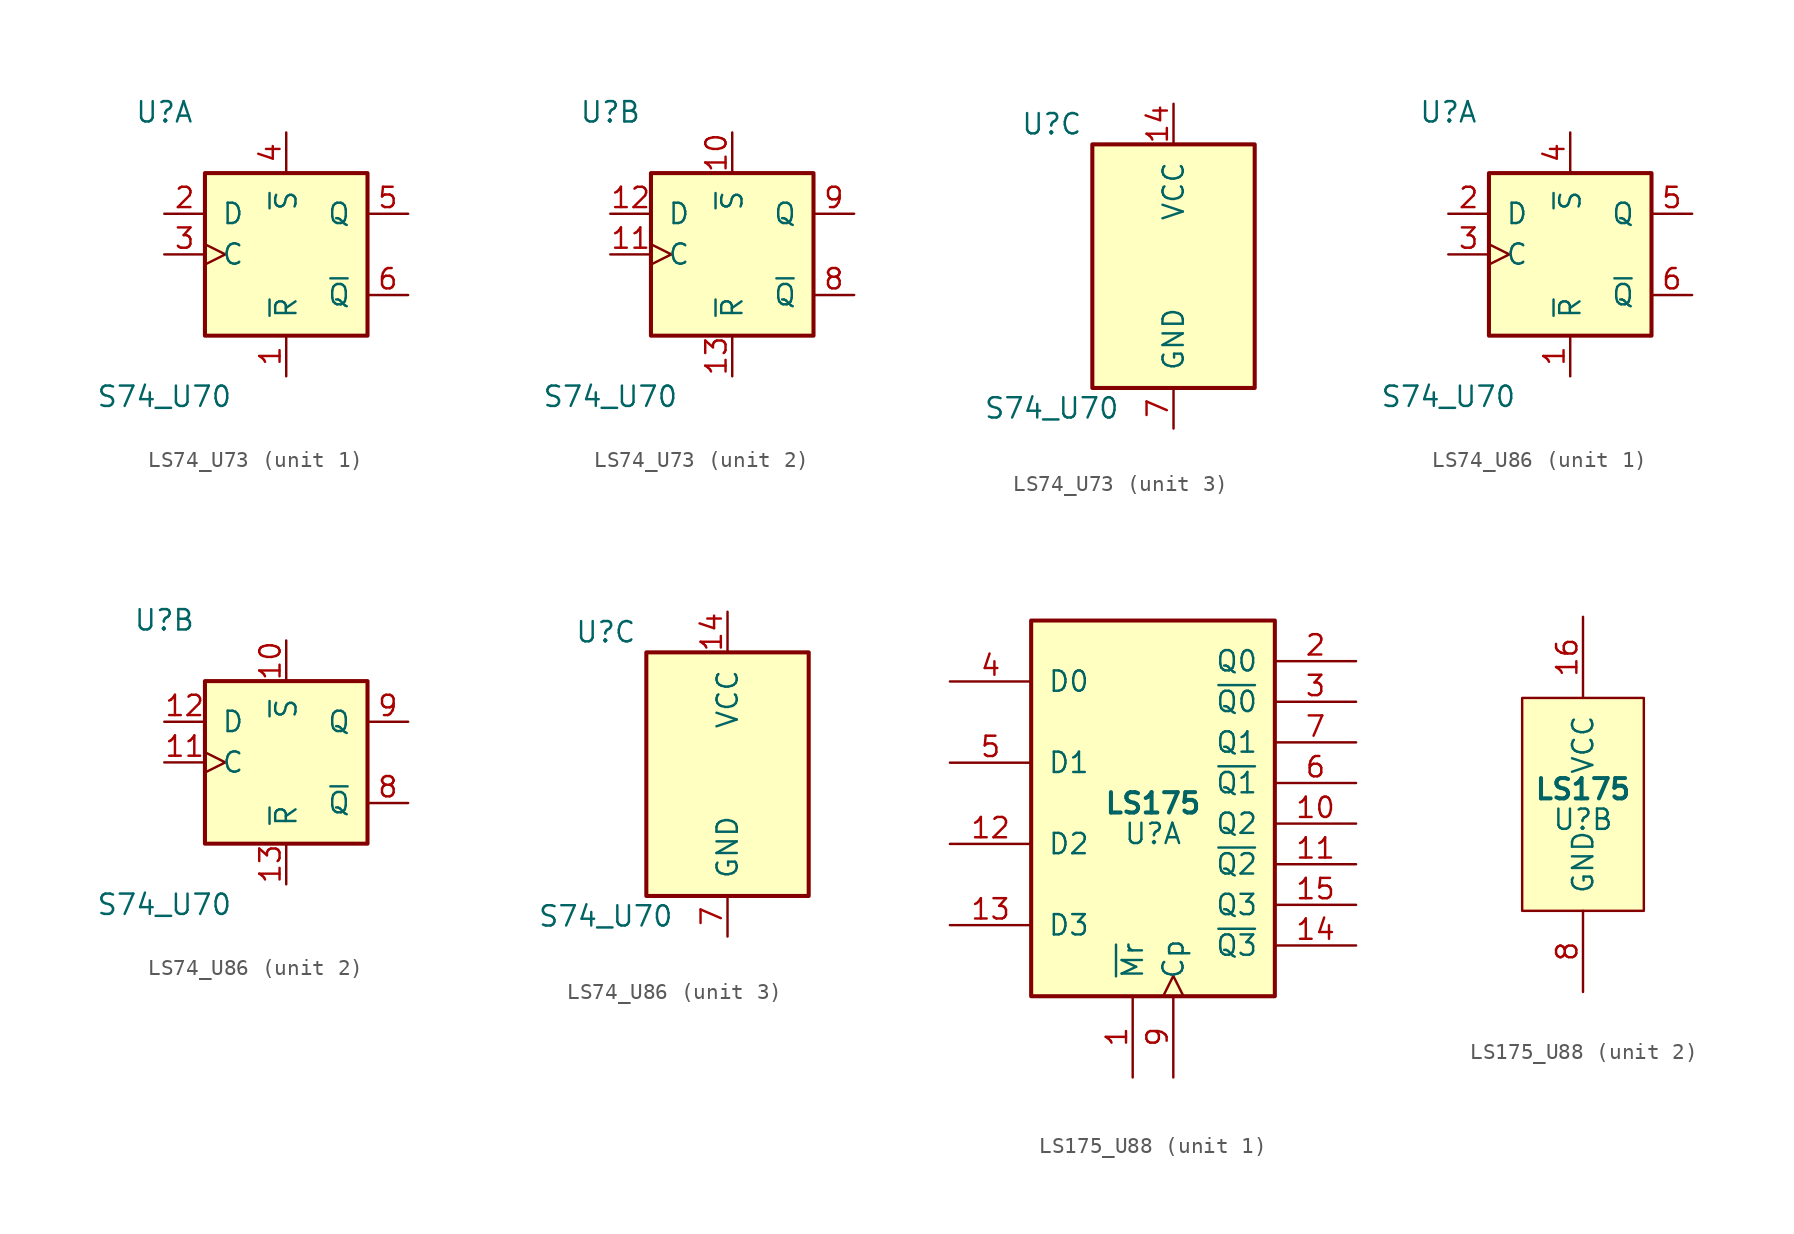
<source format=kicad_sym>
(kicad_symbol_lib
  (version 20220914)
  (generator kicad_symbol_editor)
  (symbol "LS74_U73"
    (pin_names
      (offset 1.016))
    (property "Reference" "U"
      (at -7.62 8.89 0)
      (effects (font (size 1.27 1.27))))
    (property "Value" "S74_U70"
      (at -7.62 -8.89 0)
      (effects (font (size 1.27 1.27))))
    (property "ki_locked" ""
      (at 0 0 0)
      (effects (font (size 1.27 1.27))))
    (symbol "LS74_U73_1_0"
      (pin input line (at 0 -7.62 90) (length 2.54) (name "~{R}" (effects (font (size 1.27 1.27)))) (number "1" (effects (font (size 1.27 1.27)))))
      (pin input line (at -7.62 2.54 0) (length 2.54) (name "D" (effects (font (size 1.27 1.27)))) (number "2" (effects (font (size 1.27 1.27)))))
      (pin input clock (at -7.62 0 0) (length 2.54) (name "C" (effects (font (size 1.27 1.27)))) (number "3" (effects (font (size 1.27 1.27)))))
      (pin input line (at 0 7.62 270) (length 2.54) (name "~{S}" (effects (font (size 1.27 1.27)))) (number "4" (effects (font (size 1.27 1.27)))))
      (pin output line (at 7.62 2.54 180) (length 2.54) (name "Q" (effects (font (size 1.27 1.27)))) (number "5" (effects (font (size 1.27 1.27)))))
      (pin output line (at 7.62 -2.54 180) (length 2.54) (name "~{Q}" (effects (font (size 1.27 1.27)))) (number "6" (effects (font (size 1.27 1.27))))))
    (symbol "LS74_U73_1_1"
      (rectangle (start -5.08 5.08) (end 5.08 -5.08) (stroke (width 0.254) (type default)) (fill (type background))))
    (symbol "LS74_U73_2_0"
      (pin input line (at 0 7.62 270) (length 2.54) (name "~{S}" (effects (font (size 1.27 1.27)))) (number "10" (effects (font (size 1.27 1.27)))))
      (pin input clock (at -7.62 0 0) (length 2.54) (name "C" (effects (font (size 1.27 1.27)))) (number "11" (effects (font (size 1.27 1.27)))))
      (pin input line (at -7.62 2.54 0) (length 2.54) (name "D" (effects (font (size 1.27 1.27)))) (number "12" (effects (font (size 1.27 1.27)))))
      (pin input line (at 0 -7.62 90) (length 2.54) (name "~{R}" (effects (font (size 1.27 1.27)))) (number "13" (effects (font (size 1.27 1.27)))))
      (pin output line (at 7.62 -2.54 180) (length 2.54) (name "~{Q}" (effects (font (size 1.27 1.27)))) (number "8" (effects (font (size 1.27 1.27)))))
      (pin output line (at 7.62 2.54 180) (length 2.54) (name "Q" (effects (font (size 1.27 1.27)))) (number "9" (effects (font (size 1.27 1.27))))))
    (symbol "LS74_U73_2_1"
      (rectangle (start -5.08 5.08) (end 5.08 -5.08) (stroke (width 0.254) (type default)) (fill (type background))))
    (symbol "LS74_U73_3_0"
      (pin power_in line (at 0 10.16 270) (length 2.54) (name "VCC" (effects (font (size 1.27 1.27)))) (number "14" (effects (font (size 1.27 1.27)))))
      (pin power_in line (at 0 -10.16 90) (length 2.54) (name "GND" (effects (font (size 1.27 1.27)))) (number "7" (effects (font (size 1.27 1.27))))))
    (symbol "LS74_U73_3_1"
      (rectangle (start -5.08 7.62) (end 5.08 -7.62) (stroke (width 0.254) (type default)) (fill (type background)))))
  (symbol "LS74_U86"
    (pin_names
      (offset 1.016))
    (property "Reference" "U"
      (at -7.62 8.89 0)
      (effects (font (size 1.27 1.27))))
    (property "Value" "S74_U70"
      (at -7.62 -8.89 0)
      (effects (font (size 1.27 1.27))))
    (property "ki_locked" ""
      (at 0 0 0)
      (effects (font (size 1.27 1.27))))
    (symbol "LS74_U86_1_0"
      (pin input line (at 0 -7.62 90) (length 2.54) (name "~{R}" (effects (font (size 1.27 1.27)))) (number "1" (effects (font (size 1.27 1.27)))))
      (pin input line (at -7.62 2.54 0) (length 2.54) (name "D" (effects (font (size 1.27 1.27)))) (number "2" (effects (font (size 1.27 1.27)))))
      (pin input clock (at -7.62 0 0) (length 2.54) (name "C" (effects (font (size 1.27 1.27)))) (number "3" (effects (font (size 1.27 1.27)))))
      (pin input line (at 0 7.62 270) (length 2.54) (name "~{S}" (effects (font (size 1.27 1.27)))) (number "4" (effects (font (size 1.27 1.27)))))
      (pin output line (at 7.62 2.54 180) (length 2.54) (name "Q" (effects (font (size 1.27 1.27)))) (number "5" (effects (font (size 1.27 1.27)))))
      (pin output line (at 7.62 -2.54 180) (length 2.54) (name "~{Q}" (effects (font (size 1.27 1.27)))) (number "6" (effects (font (size 1.27 1.27))))))
    (symbol "LS74_U86_1_1"
      (rectangle (start -5.08 5.08) (end 5.08 -5.08) (stroke (width 0.254) (type default)) (fill (type background))))
    (symbol "LS74_U86_2_0"
      (pin input line (at 0 7.62 270) (length 2.54) (name "~{S}" (effects (font (size 1.27 1.27)))) (number "10" (effects (font (size 1.27 1.27)))))
      (pin input clock (at -7.62 0 0) (length 2.54) (name "C" (effects (font (size 1.27 1.27)))) (number "11" (effects (font (size 1.27 1.27)))))
      (pin input line (at -7.62 2.54 0) (length 2.54) (name "D" (effects (font (size 1.27 1.27)))) (number "12" (effects (font (size 1.27 1.27)))))
      (pin input line (at 0 -7.62 90) (length 2.54) (name "~{R}" (effects (font (size 1.27 1.27)))) (number "13" (effects (font (size 1.27 1.27)))))
      (pin output line (at 7.62 -2.54 180) (length 2.54) (name "~{Q}" (effects (font (size 1.27 1.27)))) (number "8" (effects (font (size 1.27 1.27)))))
      (pin output line (at 7.62 2.54 180) (length 2.54) (name "Q" (effects (font (size 1.27 1.27)))) (number "9" (effects (font (size 1.27 1.27))))))
    (symbol "LS74_U86_2_1"
      (rectangle (start -5.08 5.08) (end 5.08 -5.08) (stroke (width 0.254) (type default)) (fill (type background))))
    (symbol "LS74_U86_3_0"
      (pin power_in line (at 0 10.16 270) (length 2.54) (name "VCC" (effects (font (size 1.27 1.27)))) (number "14" (effects (font (size 1.27 1.27)))))
      (pin power_in line (at 0 -10.16 90) (length 2.54) (name "GND" (effects (font (size 1.27 1.27)))) (number "7" (effects (font (size 1.27 1.27))))))
    (symbol "LS74_U86_3_1"
      (rectangle (start -5.08 7.62) (end 5.08 -7.62) (stroke (width 0.254) (type default)) (fill (type background)))))
  (symbol "LS175_U88"
    (pin_names
      (offset 1.016))
    (property "Reference" "U"
      (at 0 -0.635 0)
      (effects (font (size 1.27 1.27))))
    (property "Value" "LS175"
      (at 0 1.27 0)
      (effects (font (size 1.27 1.27) bold)))
    (property "ki_locked" ""
      (at 0 0 0)
      (effects (font (size 1.27 1.27))))
    (symbol "LS175_U88_1_0"
      (pin input line (at -1.27 -15.875 90) (length 5.08) (name "~{Mr}" (effects (font (size 1.27 1.27)))) (number "1" (effects (font (size 1.27 1.27)))))
      (pin output line (at 12.7 0 180) (length 5.08) (name "Q2" (effects (font (size 1.27 1.27)))) (number "10" (effects (font (size 1.27 1.27)))))
      (pin output line (at 12.7 -2.54 180) (length 5.08) (name "~{Q2}" (effects (font (size 1.27 1.27)))) (number "11" (effects (font (size 1.27 1.27)))))
      (pin input line (at -12.7 -1.27 0) (length 5.08) (name "D2" (effects (font (size 1.27 1.27)))) (number "12" (effects (font (size 1.27 1.27)))))
      (pin input line (at -12.7 -6.35 0) (length 5.08) (name "D3" (effects (font (size 1.27 1.27)))) (number "13" (effects (font (size 1.27 1.27)))))
      (pin output line (at 12.7 -7.62 180) (length 5.08) (name "~{Q3}" (effects (font (size 1.27 1.27)))) (number "14" (effects (font (size 1.27 1.27)))))
      (pin output line (at 12.7 -5.08 180) (length 5.08) (name "Q3" (effects (font (size 1.27 1.27)))) (number "15" (effects (font (size 1.27 1.27)))))
      (pin output line (at 12.7 10.16 180) (length 5.08) (name "Q0" (effects (font (size 1.27 1.27)))) (number "2" (effects (font (size 1.27 1.27)))))
      (pin output line (at 12.7 7.62 180) (length 5.08) (name "~{Q0}" (effects (font (size 1.27 1.27)))) (number "3" (effects (font (size 1.27 1.27)))))
      (pin input line (at -12.7 8.89 0) (length 5.08) (name "D0" (effects (font (size 1.27 1.27)))) (number "4" (effects (font (size 1.27 1.27)))))
      (pin input line (at -12.7 3.81 0) (length 5.08) (name "D1" (effects (font (size 1.27 1.27)))) (number "5" (effects (font (size 1.27 1.27)))))
      (pin output line (at 12.7 2.54 180) (length 5.08) (name "~{Q1}" (effects (font (size 1.27 1.27)))) (number "6" (effects (font (size 1.27 1.27)))))
      (pin output line (at 12.7 5.08 180) (length 5.08) (name "Q1" (effects (font (size 1.27 1.27)))) (number "7" (effects (font (size 1.27 1.27)))))
      (pin input clock (at 1.27 -15.875 90) (length 5.08) (name "Cp" (effects (font (size 1.27 1.27)))) (number "9" (effects (font (size 1.27 1.27))))))
    (symbol "LS175_U88_1_1"
      (rectangle (start -7.62 12.7) (end 7.62 -10.795) (stroke (width 0.254) (type default)) (fill (type background))))
    (symbol "LS175_U88_2_0"
      (pin power_in line (at 0 12.065 270) (length 5.08) (name "VCC" (effects (font (size 1.27 1.27)))) (number "16" (effects (font (size 1.27 1.27)))))
      (pin power_in line (at 0 -11.43 90) (length 5.08) (name "GND" (effects (font (size 1.27 1.27)))) (number "8" (effects (font (size 1.27 1.27))))))
    (symbol "LS175_U88_2_1"
      (rectangle (start -3.81 6.985) (end 3.81 -6.35) (stroke (width 0) (type default)) (fill (type background))))))
</source>
